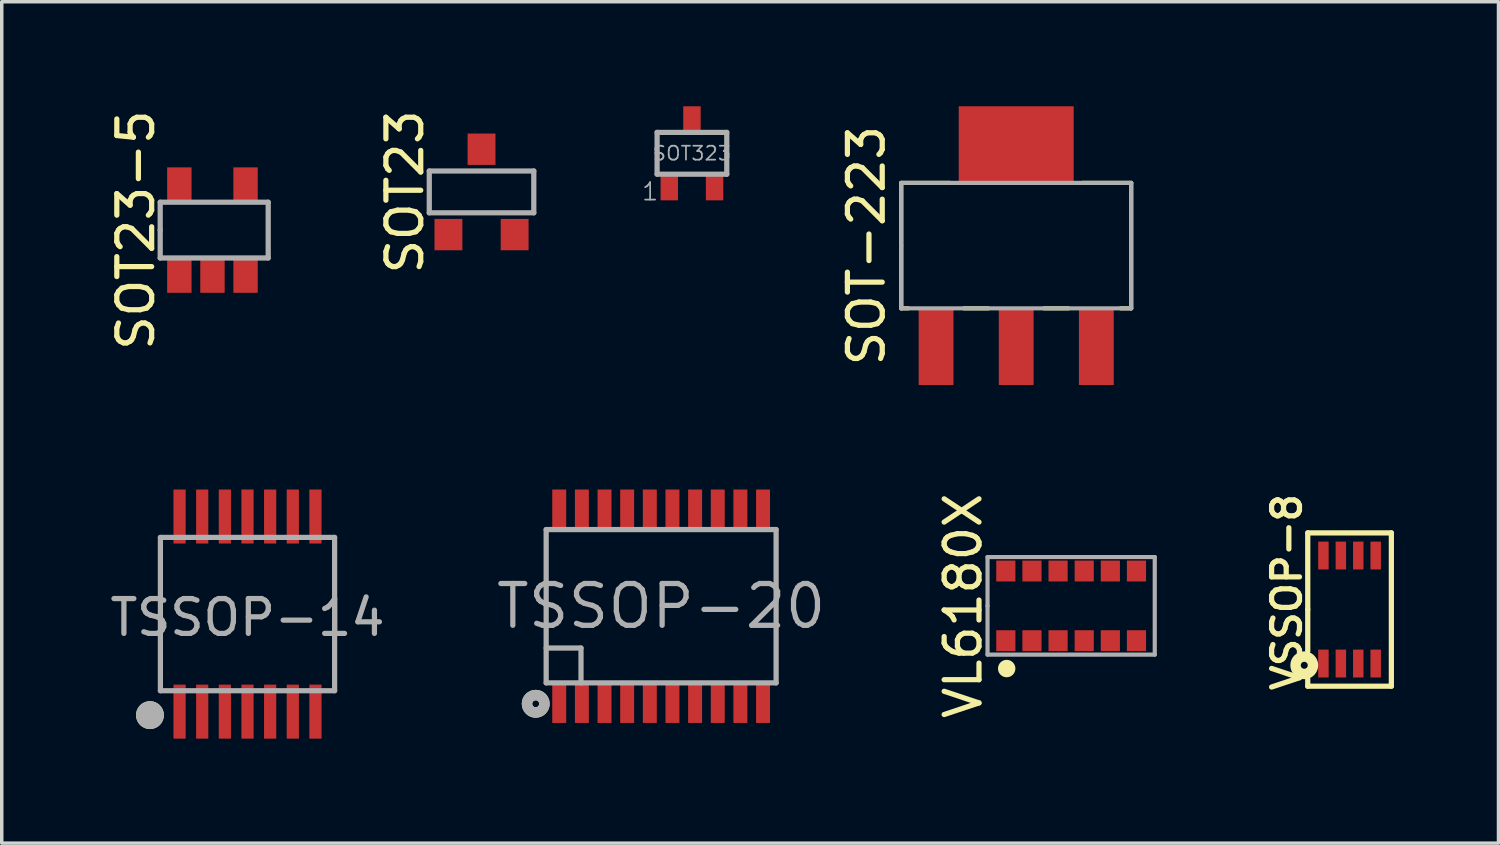
<source format=kicad_pcb>
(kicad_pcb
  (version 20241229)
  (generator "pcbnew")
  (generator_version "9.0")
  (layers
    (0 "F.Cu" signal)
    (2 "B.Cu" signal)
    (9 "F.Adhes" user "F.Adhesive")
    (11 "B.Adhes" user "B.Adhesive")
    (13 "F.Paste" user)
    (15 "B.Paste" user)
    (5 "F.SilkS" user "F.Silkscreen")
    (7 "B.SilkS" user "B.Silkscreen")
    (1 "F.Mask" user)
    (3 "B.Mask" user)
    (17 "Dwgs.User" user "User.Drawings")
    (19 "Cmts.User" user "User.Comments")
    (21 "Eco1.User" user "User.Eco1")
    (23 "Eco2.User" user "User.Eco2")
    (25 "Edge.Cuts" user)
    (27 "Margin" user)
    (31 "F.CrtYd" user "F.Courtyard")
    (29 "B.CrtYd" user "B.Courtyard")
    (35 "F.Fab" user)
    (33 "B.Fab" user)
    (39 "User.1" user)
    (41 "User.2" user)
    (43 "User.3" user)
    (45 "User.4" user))
  (footprint "VSSOP-8"
    (layer "F.Cu")
    (at 35.685 14.445)
    (property "Reference" "VSSOP-8" (at -1.8 -0.5 90) (layer "F.SilkS") (effects (font (size 0.8 0.8) (thickness 0.15))))
    (attr through_hole)
    (fp_line (start -1.2 -2.2) (end 1.2 -2.2) (stroke (width 0.15) (type solid)) (layer "F.SilkS"))
    (fp_line (start -1.2 0) (end -1.2 -2.2) (stroke (width 0.15) (type solid)) (layer "F.SilkS"))
    (fp_line (start -1.2 1.2) (end -1.2 0) (stroke (width 0.15) (type solid)) (layer "F.SilkS"))
    (fp_line (start -1.2 2.2) (end -1.2 2) (stroke (width 0.15) (type solid)) (layer "F.SilkS"))
    (fp_line (start 1.2 -2.2) (end 1.2 2.2) (stroke (width 0.15) (type solid)) (layer "F.SilkS"))
    (fp_line (start 1.2 2.2) (end -1.2 2.2) (stroke (width 0.15) (type solid)) (layer "F.SilkS"))
    (fp_circle (center -1.3 1.6) (end -1.2 1.6) (stroke (width 0.3) (type solid)) (fill no) (layer "F.SilkS"))
    (pad "1" smd rect (at -0.75 1.55) (size 0.3 0.8) (layers "F.Cu" "F.Mask" "F.Paste"))
    (pad "2" smd rect (at -0.25 1.55) (size 0.3 0.8) (layers "F.Cu" "F.Mask" "F.Paste"))
    (pad "3" smd rect (at 0.25 1.55) (size 0.3 0.8) (layers "F.Cu" "F.Mask" "F.Paste"))
    (pad "4" smd rect (at 0.75 1.55) (size 0.3 0.8) (layers "F.Cu" "F.Mask" "F.Paste"))
    (pad "5" smd rect (at 0.75 -1.55) (size 0.3 0.8) (layers "F.Cu" "F.Mask" "F.Paste"))
    (pad "6" smd rect (at 0.25 -1.55) (size 0.3 0.8) (layers "F.Cu" "F.Mask" "F.Paste"))
    (pad "7" smd rect (at -0.25 -1.55) (size 0.3 0.8) (layers "F.Cu" "F.Mask" "F.Paste"))
    (pad "8" smd rect (at -0.75 -1.55) (size 0.3 0.8) (layers "F.Cu" "F.Mask" "F.Paste")))
  (footprint "TSSOP-14"
    (layer "F.Cu")
    (at 4.054 14.575)
    (property "Reference" "TSSOP-14" (at 0 0.1 180) (layer "F.Fab") (effects (font (size 1 1) (thickness 0.15))))
    (attr through_hole)
    (fp_circle (center -2.8 2.9) (end -2.6 2.9) (stroke (width 0.4) (type solid)) (fill no) (layer "F.SilkS"))
    (fp_line (start -2.5 -2.2) (end 2.5 -2.2) (stroke (width 0.15) (type solid)) (layer "F.Fab"))
    (fp_line (start -2.5 0) (end -2.5 -2.2) (stroke (width 0.15) (type solid)) (layer "F.Fab"))
    (fp_line (start -2.5 2.2) (end -2.5 0) (stroke (width 0.15) (type solid)) (layer "F.Fab"))
    (fp_line (start 2.5 -2.2) (end 2.5 2.2) (stroke (width 0.15) (type solid)) (layer "F.Fab"))
    (fp_line (start 2.5 2.2) (end -2.5 2.2) (stroke (width 0.15) (type solid)) (layer "F.Fab"))
    (fp_circle (center -2.8 2.9) (end -2.6 2.9) (stroke (width 0.4) (type solid)) (fill no) (layer "F.Fab"))
    (pad "1" smd rect (at -1.95 2.8) (size 0.35 1.55) (layers "F.Cu" "F.Mask" "F.Paste"))
    (pad "2" smd rect (at -1.3 2.8) (size 0.35 1.55) (layers "F.Cu" "F.Mask" "F.Paste"))
    (pad "3" smd rect (at -0.65 2.8) (size 0.35 1.55) (layers "F.Cu" "F.Mask" "F.Paste"))
    (pad "4" smd rect (at 0 2.8) (size 0.35 1.55) (layers "F.Cu" "F.Mask" "F.Paste"))
    (pad "5" smd rect (at 0.65 2.8) (size 0.35 1.55) (layers "F.Cu" "F.Mask" "F.Paste"))
    (pad "6" smd rect (at 1.3 2.8) (size 0.35 1.55) (layers "F.Cu" "F.Mask" "F.Paste"))
    (pad "7" smd rect (at 1.95 2.8) (size 0.35 1.55) (layers "F.Cu" "F.Mask" "F.Paste"))
    (pad "8" smd rect (at 1.95 -2.8) (size 0.35 1.55) (layers "F.Cu" "F.Mask" "F.Paste"))
    (pad "9" smd rect (at 1.3 -2.8) (size 0.35 1.55) (layers "F.Cu" "F.Mask" "F.Paste"))
    (pad "10" smd rect (at 0.65 -2.8) (size 0.35 1.55) (layers "F.Cu" "F.Mask" "F.Paste"))
    (pad "11" smd rect (at 0 -2.8) (size 0.35 1.55) (layers "F.Cu" "F.Mask" "F.Paste"))
    (pad "12" smd rect (at -0.65 -2.8) (size 0.35 1.55) (layers "F.Cu" "F.Mask" "F.Paste"))
    (pad "13" smd rect (at -1.3 -2.8) (size 0.35 1.55) (layers "F.Cu" "F.Mask" "F.Paste"))
    (pad "14" smd rect (at -1.95 -2.8) (size 0.35 1.55) (layers "F.Cu" "F.Mask" "F.Paste")))
  (footprint "SOT23-5"
    (layer "F.Cu")
    (at 3.048 3.554)
    (property "Reference" "SOT23-5" (at -2.2 0 90) (layer "F.SilkS") (effects (font (size 1 1) (thickness 0.15))))
    (attr through_hole)
    (fp_line (start -1.5 -0.8) (end 1.6 -0.8) (stroke (width 0.15) (type solid)) (layer "F.Fab"))
    (fp_line (start -1.5 0) (end -1.5 -0.8) (stroke (width 0.15) (type solid)) (layer "F.Fab"))
    (fp_line (start -1.5 0.8) (end -1.5 0) (stroke (width 0.15) (type solid)) (layer "F.Fab"))
    (fp_line (start 1.6 -0.8) (end 1.6 0.8) (stroke (width 0.15) (type solid)) (layer "F.Fab"))
    (fp_line (start 1.6 0.8) (end -1.5 0.8) (stroke (width 0.15) (type solid)) (layer "F.Fab"))
    (pad "1" smd rect (at -0.95 1.3) (size 0.7 1) (layers "F.Cu" "F.Mask" "F.Paste"))
    (pad "2" smd rect (at 0 1.3) (size 0.7 1) (layers "F.Cu" "F.Mask" "F.Paste"))
    (pad "3" smd rect (at 0.95 1.3) (size 0.7 1) (layers "F.Cu" "F.Mask" "F.Paste"))
    (pad "4" smd rect (at 0.95 -1.3) (size 0.7 1) (layers "F.Cu" "F.Mask" "F.Paste"))
    (pad "5" smd rect (at -0.95 -1.3) (size 0.7 1) (layers "F.Cu" "F.Mask" "F.Paste")))
  (footprint "TSSOP-20"
    (layer "F.Cu")
    (at 15.926 14.35)
    (property "Reference" "TSSOP-20" (at 0 0 180) (layer "F.Fab") (effects (font (size 1.2 1.2) (thickness 0.15))))
    (attr through_hole)
    (fp_circle (center -3.6 2.8) (end -3.5 2.8) (stroke (width 0.3) (type solid)) (fill no) (layer "F.SilkS"))
    (fp_line (start -3.3 -2.2) (end -3.3 2.2) (stroke (width 0.15) (type solid)) (layer "F.Fab"))
    (fp_line (start -3.3 1.2) (end -2.3 1.2) (stroke (width 0.15) (type solid)) (layer "F.Fab"))
    (fp_line (start -3.3 2.2) (end 3.3 2.2) (stroke (width 0.15) (type solid)) (layer "F.Fab"))
    (fp_line (start -2.3 1.2) (end -2.3 2.2) (stroke (width 0.15) (type solid)) (layer "F.Fab"))
    (fp_line (start 3.3 -2.2) (end -3.3 -2.2) (stroke (width 0.15) (type solid)) (layer "F.Fab"))
    (fp_line (start 3.3 2.2) (end 3.3 -2.2) (stroke (width 0.15) (type solid)) (layer "F.Fab"))
    (fp_circle (center -3.6 2.8) (end -3.5 2.8) (stroke (width 0.3) (type solid)) (fill no) (layer "F.Fab"))
    (pad "1" smd rect (at -2.925 2.75) (size 0.4 1.2) (layers "F.Cu" "F.Mask" "F.Paste"))
    (pad "2" smd rect (at -2.275 2.75) (size 0.4 1.2) (layers "F.Cu" "F.Mask" "F.Paste"))
    (pad "3" smd rect (at -1.625 2.75) (size 0.4 1.2) (layers "F.Cu" "F.Mask" "F.Paste"))
    (pad "4" smd rect (at -0.975 2.75) (size 0.4 1.2) (layers "F.Cu" "F.Mask" "F.Paste"))
    (pad "5" smd rect (at -0.325 2.75) (size 0.4 1.2) (layers "F.Cu" "F.Mask" "F.Paste"))
    (pad "6" smd rect (at 0.325 2.75) (size 0.4 1.2) (layers "F.Cu" "F.Mask" "F.Paste"))
    (pad "7" smd rect (at 0.975 2.75) (size 0.4 1.2) (layers "F.Cu" "F.Mask" "F.Paste"))
    (pad "8" smd rect (at 1.625 2.75) (size 0.4 1.2) (layers "F.Cu" "F.Mask" "F.Paste"))
    (pad "9" smd rect (at 2.275 2.75) (size 0.4 1.2) (layers "F.Cu" "F.Mask" "F.Paste"))
    (pad "10" smd rect (at 2.925 2.75) (size 0.4 1.2) (layers "F.Cu" "F.Mask" "F.Paste"))
    (pad "11" smd rect (at 2.925 -2.75) (size 0.4 1.2) (layers "F.Cu" "F.Mask" "F.Paste"))
    (pad "12" smd rect (at 2.275 -2.75) (size 0.4 1.2) (layers "F.Cu" "F.Mask" "F.Paste"))
    (pad "13" smd rect (at 1.625 -2.75) (size 0.4 1.2) (layers "F.Cu" "F.Mask" "F.Paste"))
    (pad "14" smd rect (at 0.975 -2.75) (size 0.4 1.2) (layers "F.Cu" "F.Mask" "F.Paste"))
    (pad "15" smd rect (at 0.325 -2.75) (size 0.4 1.2) (layers "F.Cu" "F.Mask" "F.Paste"))
    (pad "16" smd rect (at -0.325 -2.75) (size 0.4 1.2) (layers "F.Cu" "F.Mask" "F.Paste"))
    (pad "17" smd rect (at -0.975 -2.75) (size 0.4 1.2) (layers "F.Cu" "F.Mask" "F.Paste"))
    (pad "18" smd rect (at -1.625 -2.75) (size 0.4 1.2) (layers "F.Cu" "F.Mask" "F.Paste"))
    (pad "19" smd rect (at -2.275 -2.75) (size 0.4 1.2) (layers "F.Cu" "F.Mask" "F.Paste"))
    (pad "20" smd rect (at -2.925 -2.75) (size 0.4 1.2) (layers "F.Cu" "F.Mask" "F.Paste")))
  (footprint "SOT323"
    (layer "F.Cu")
    (at 16.81 1.35)
    (property "Reference" "SOT323" (at 0 0 0) (layer "F.Fab") (effects (font (size 0.4 0.4) (thickness 0.05))))
    (attr through_hole)
    (fp_line (start -1 -0.6) (end 1 -0.6) (stroke (width 0.15) (type solid)) (layer "F.Fab"))
    (fp_line (start -1 0) (end -1 -0.6) (stroke (width 0.15) (type solid)) (layer "F.Fab"))
    (fp_line (start -1 0.6) (end -1 0) (stroke (width 0.15) (type solid)) (layer "F.Fab"))
    (fp_line (start 1 -0.6) (end 1 0.6) (stroke (width 0.15) (type solid)) (layer "F.Fab"))
    (fp_line (start 1 0.6) (end -1 0.6) (stroke (width 0.15) (type solid)) (layer "F.Fab"))
    (fp_text user "1" (at -1.2 1.1 0) (layer "F.Fab") (effects (font (size 0.5 0.5) (thickness 0.05))))
    (pad "1" smd rect (at -0.65 0.95) (size 0.5 0.8) (layers "F.Cu" "F.Mask" "F.Paste"))
    (pad "3" smd rect (at 0 -0.95) (size 0.5 0.8) (layers "F.Cu" "F.Mask" "F.Paste"))
    (pad "3" smd rect (at 0.65 0.95) (size 0.5 0.8) (layers "F.Cu" "F.Mask" "F.Paste")))
  (footprint "SOT23"
    (layer "F.Cu")
    (at 10.771 2.458)
    (property "Reference" "SOT23" (at -2.2 0 90) (layer "F.SilkS") (effects (font (size 1 1) (thickness 0.15))))
    (attr smd)
    (fp_line (start -1.5 -0.6) (end -1.5 -0.4) (stroke (width 0.1) (type solid)) (layer "F.SilkS"))
    (fp_line (start -1.5 0) (end -1.5 -0.4) (stroke (width 0.1) (type solid)) (layer "F.SilkS"))
    (fp_line (start -1.5 0.4) (end -1.5 0) (stroke (width 0.1) (type solid)) (layer "F.SilkS"))
    (fp_line (start -1.5 0.4) (end -1.5 0.6) (stroke (width 0.1) (type solid)) (layer "F.SilkS"))
    (fp_line (start -1.5 0.6) (end 1.5 0.6) (stroke (width 0.1) (type solid)) (layer "F.SilkS"))
    (fp_line (start 1.5 -0.6) (end -1.5 -0.6) (stroke (width 0.1) (type solid)) (layer "F.SilkS"))
    (fp_line (start 1.5 -0.4) (end 1.5 -0.6) (stroke (width 0.1) (type solid)) (layer "F.SilkS"))
    (fp_line (start 1.5 -0.4) (end 1.5 0.4) (stroke (width 0.1) (type solid)) (layer "F.SilkS"))
    (fp_line (start 1.5 0.6) (end 1.5 0.4) (stroke (width 0.1) (type solid)) (layer "F.SilkS"))
    (fp_line (start -1.5 -0.6) (end 1.5 -0.6) (stroke (width 0.15) (type solid)) (layer "F.Fab"))
    (fp_line (start -1.5 0.6) (end -1.5 -0.6) (stroke (width 0.15) (type solid)) (layer "F.Fab"))
    (fp_line (start 1.5 -0.6) (end 1.5 0.6) (stroke (width 0.15) (type solid)) (layer "F.Fab"))
    (fp_line (start 1.5 0.6) (end -1.5 0.6) (stroke (width 0.15) (type solid)) (layer "F.Fab"))
    (pad "1" smd rect (at -0.95 1.225) (size 0.8 0.9) (layers "F.Cu" "F.Mask" "F.Paste"))
    (pad "2" smd rect (at 0.95 1.225) (size 0.8 0.9) (layers "F.Cu" "F.Mask" "F.Paste"))
    (pad "3" smd rect (at 0 -1.225) (size 0.8 0.9) (layers "F.Cu" "F.Mask" "F.Paste")))
  (footprint "SOT-223"
    (layer "F.Cu")
    (at 26.117 4)
    (property "Reference" "SOT-223" (at -4.3 0 90) (layer "F.SilkS") (effects (font (size 1 1) (thickness 0.15))))
    (attr smd)
    (fp_line (start -3.3 -1.8) (end -3.3 1.8) (stroke (width 0.12) (type solid)) (layer "F.SilkS"))
    (fp_line (start -3.3 1.8) (end -3.1 1.8) (stroke (width 0.12) (type solid)) (layer "F.SilkS"))
    (fp_line (start -1.9 -1.8) (end -3.3 -1.8) (stroke (width 0.12) (type solid)) (layer "F.SilkS"))
    (fp_line (start -0.8 1.8) (end -1.5 1.8) (stroke (width 0.12) (type solid)) (layer "F.SilkS"))
    (fp_line (start 1.5 1.8) (end 0.8 1.8) (stroke (width 0.12) (type solid)) (layer "F.SilkS"))
    (fp_line (start 1.9 -1.8) (end 3.3 -1.8) (stroke (width 0.12) (type solid)) (layer "F.SilkS"))
    (fp_line (start 3.3 -1.8) (end 3.3 1.8) (stroke (width 0.12) (type solid)) (layer "F.SilkS"))
    (fp_line (start 3.3 1.8) (end 3 1.8) (stroke (width 0.12) (type solid)) (layer "F.SilkS"))
    (fp_line (start -3.3 -1.8) (end 3.3 -1.8) (stroke (width 0.12) (type solid)) (layer "F.Fab"))
    (fp_line (start -3.3 0) (end -3.3 -1.8) (stroke (width 0.12) (type solid)) (layer "F.Fab"))
    (fp_line (start -3.3 1.8) (end -3.3 0) (stroke (width 0.12) (type solid)) (layer "F.Fab"))
    (fp_line (start 3.3 -1.8) (end 3.3 1.8) (stroke (width 0.12) (type solid)) (layer "F.Fab"))
    (fp_line (start 3.3 1.8) (end -3.3 1.8) (stroke (width 0.12) (type solid)) (layer "F.Fab"))
    (pad "1" smd rect (at -2.3 2.9) (size 1 2.2) (layers "F.Cu" "F.Mask" "F.Paste"))
    (pad "2" smd rect (at 0 2.9) (size 1 2.2) (layers "F.Cu" "F.Mask" "F.Paste"))
    (pad "3" smd rect (at 2.3 2.9) (size 1 2.2) (layers "F.Cu" "F.Mask" "F.Paste"))
    (pad "4" smd rect (at 0 -2.9) (size 3.3 2.2) (layers "F.Cu" "F.Mask" "F.Paste")))
  (footprint "VL6180X"
    (layer "F.Cu")
    (at 27.694 14.339)
    (property "Reference" "VL6180X" (at -3.1 0 90) (layer "F.SilkS") (effects (font (size 1 1) (thickness 0.15))))
    (attr smd)
    (fp_circle (center -1.85 1.8) (end -1.725 1.8) (stroke (width 0.25) (type solid)) (fill no) (layer "F.SilkS"))
    (fp_line (start -2.4 -1.4) (end 2.4 -1.4) (stroke (width 0.12) (type solid)) (layer "F.Fab"))
    (fp_line (start -2.4 0) (end -2.4 -1.4) (stroke (width 0.12) (type solid)) (layer "F.Fab"))
    (fp_line (start -2.4 1.4) (end -2.4 0) (stroke (width 0.12) (type solid)) (layer "F.Fab"))
    (fp_line (start 2.4 -1.4) (end 2.4 1.4) (stroke (width 0.12) (type solid)) (layer "F.Fab"))
    (fp_line (start 2.4 1.4) (end -2.4 1.4) (stroke (width 0.12) (type solid)) (layer "F.Fab"))
    (pad "1" smd rect (at -1.875 1) (size 0.55 0.6) (layers "F.Cu" "F.Mask" "F.Paste"))
    (pad "2" smd rect (at -1.125 1) (size 0.55 0.6) (layers "F.Cu" "F.Mask" "F.Paste"))
    (pad "3" smd rect (at -0.375 1) (size 0.55 0.6) (layers "F.Cu" "F.Mask" "F.Paste"))
    (pad "4" smd rect (at 0.375 1) (size 0.55 0.6) (layers "F.Cu" "F.Mask" "F.Paste"))
    (pad "5" smd rect (at 1.125 1) (size 0.55 0.6) (layers "F.Cu" "F.Mask" "F.Paste"))
    (pad "6" smd rect (at 1.875 1) (size 0.55 0.6) (layers "F.Cu" "F.Mask" "F.Paste"))
    (pad "7" smd rect (at 1.875 -1) (size 0.55 0.6) (layers "F.Cu" "F.Mask" "F.Paste"))
    (pad "8" smd rect (at 1.125 -1) (size 0.55 0.6) (layers "F.Cu" "F.Mask" "F.Paste"))
    (pad "9" smd rect (at 0.375 -1) (size 0.55 0.6) (layers "F.Cu" "F.Mask" "F.Paste"))
    (pad "10" smd rect (at -0.375 -1) (size 0.55 0.6) (layers "F.Cu" "F.Mask" "F.Paste"))
    (pad "11" smd rect (at -1.125 -1) (size 0.55 0.6) (layers "F.Cu" "F.Mask" "F.Paste"))
    (pad "12" smd rect (at -1.875 -1) (size 0.55 0.6) (layers "F.Cu" "F.Mask" "F.Paste")))
  (gr_rect
    (start -3 -3)
    (end 39.96 21.15)
    (stroke (width 0.1) (type default))
    (fill no)
    (layer "Edge.Cuts")))
</source>
